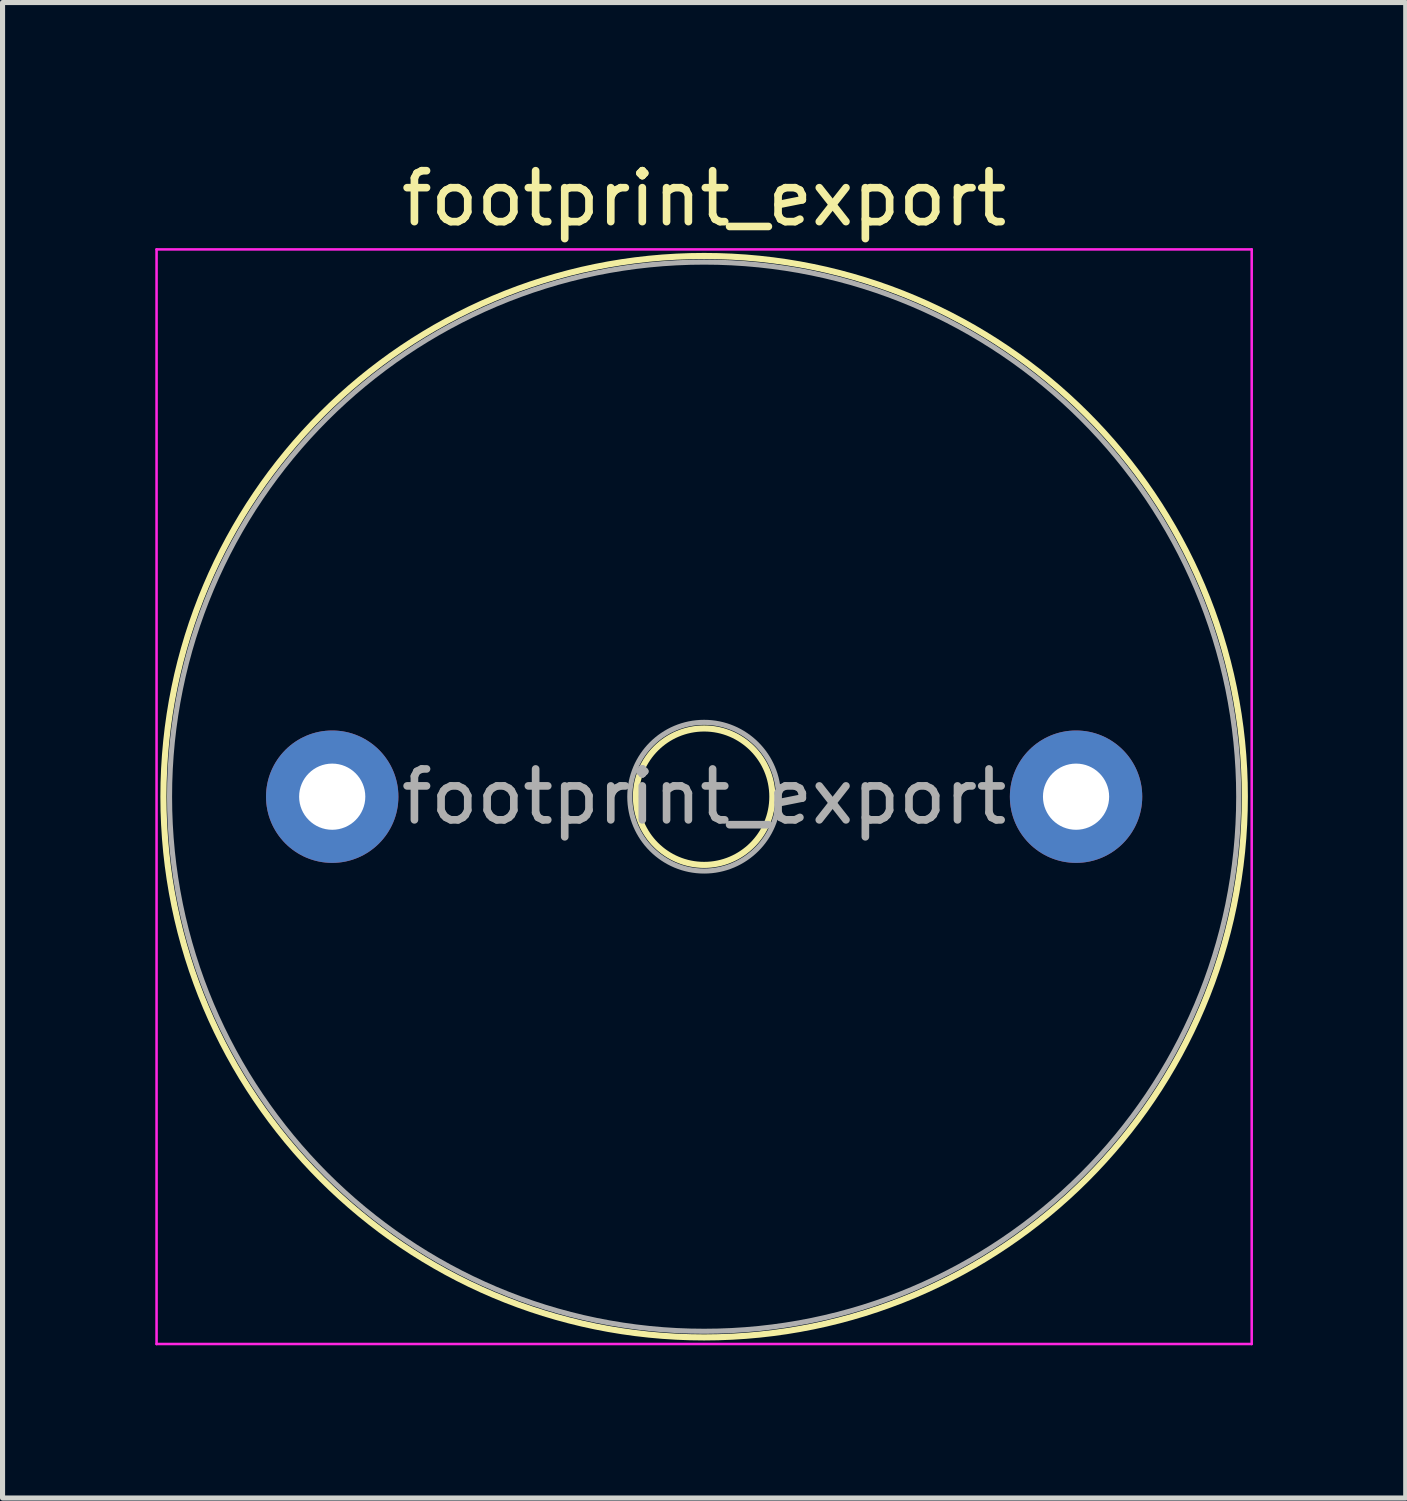
<source format=kicad_pcb>
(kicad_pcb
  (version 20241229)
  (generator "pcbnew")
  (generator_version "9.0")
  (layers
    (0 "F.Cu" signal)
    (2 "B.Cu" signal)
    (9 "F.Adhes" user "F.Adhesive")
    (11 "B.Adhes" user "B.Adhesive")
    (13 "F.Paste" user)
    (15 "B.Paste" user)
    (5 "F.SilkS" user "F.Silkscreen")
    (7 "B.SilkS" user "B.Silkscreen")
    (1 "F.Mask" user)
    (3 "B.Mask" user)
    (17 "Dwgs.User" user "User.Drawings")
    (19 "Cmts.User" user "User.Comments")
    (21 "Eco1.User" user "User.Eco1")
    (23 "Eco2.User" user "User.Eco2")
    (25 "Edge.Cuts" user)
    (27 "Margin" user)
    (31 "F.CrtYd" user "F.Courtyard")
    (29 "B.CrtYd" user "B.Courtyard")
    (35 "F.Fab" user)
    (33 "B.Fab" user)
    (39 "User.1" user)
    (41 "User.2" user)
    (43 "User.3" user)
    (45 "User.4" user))
  (footprint "footprint_export"
    (layer "F.Cu")
    (at 3.475 12.598)
    (property "Reference" "footprint_export" (at 7.305 -11.75 0) (layer "F.SilkS") (effects (font (size 1 1) (thickness 0.15))))
    (attr through_hole)
    (fp_circle (center 7.305 0) (end 8.645 0) (stroke (width 0.12) (type solid)) (fill no) (layer "F.SilkS"))
    (fp_circle (center 7.305 0) (end 17.925 0) (stroke (width 0.12) (type solid)) (fill no) (layer "F.SilkS"))
    (fp_line (start -3.45 -10.75) (end -3.45 10.75) (stroke (width 0.05) (type solid)) (layer "F.CrtYd"))
    (fp_line (start -3.45 10.75) (end 18.06 10.75) (stroke (width 0.05) (type solid)) (layer "F.CrtYd"))
    (fp_line (start 18.06 -10.75) (end -3.45 -10.75) (stroke (width 0.05) (type solid)) (layer "F.CrtYd"))
    (fp_line (start 18.06 10.75) (end 18.06 -10.75) (stroke (width 0.05) (type solid)) (layer "F.CrtYd"))
    (fp_circle (center 7.305 0) (end 8.765 0) (stroke (width 0.1) (type solid)) (fill no) (layer "F.Fab"))
    (fp_circle (center 7.305 0) (end 17.805 0) (stroke (width 0.1) (type solid)) (fill no) (layer "F.Fab"))
    (fp_text user "${REFERENCE}" (at 7.305 0 0) (layer "F.Fab") (effects (font (size 1 1) (thickness 0.15))))
    (pad "1" thru_hole circle (at 0 0) (size 2.6 2.6) (drill 1.3) (layers "*.Cu" "*.Mask"))
    (pad "2" thru_hole circle (at 14.61 0) (size 2.6 2.6) (drill 1.3) (layers "*.Cu" "*.Mask")))
  (gr_rect
    (start -3 -3)
    (end 24.56 26.373)
    (stroke (width 0.1) (type default))
    (fill no)
    (layer "Edge.Cuts")))
</source>
